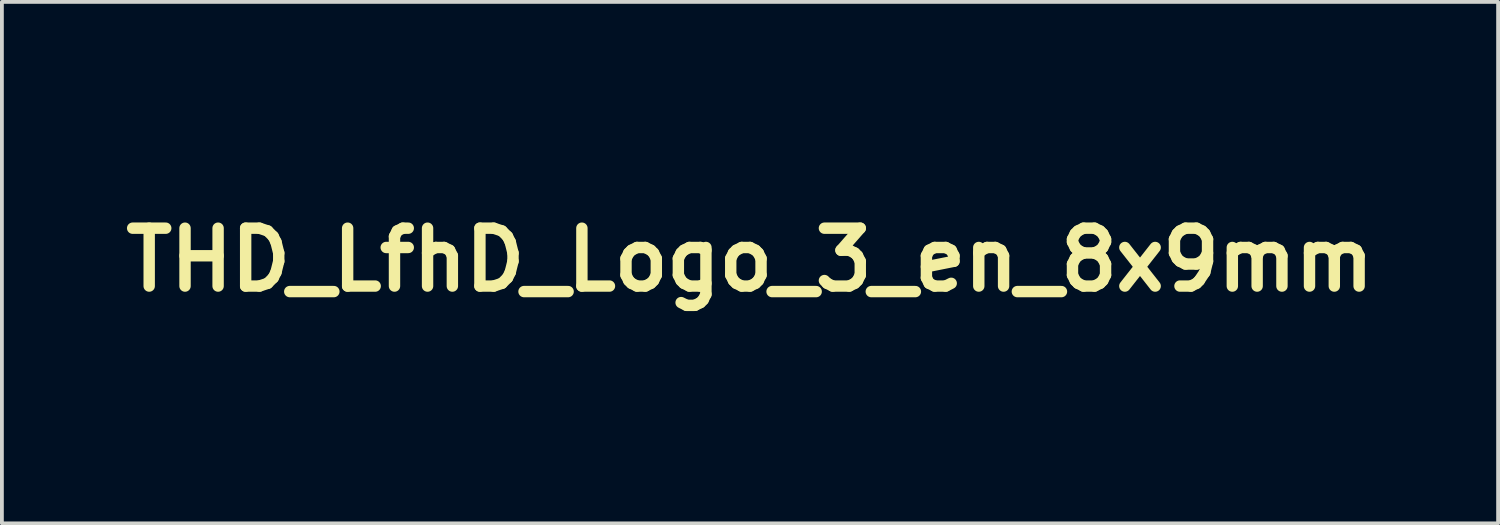
<source format=kicad_pcb>
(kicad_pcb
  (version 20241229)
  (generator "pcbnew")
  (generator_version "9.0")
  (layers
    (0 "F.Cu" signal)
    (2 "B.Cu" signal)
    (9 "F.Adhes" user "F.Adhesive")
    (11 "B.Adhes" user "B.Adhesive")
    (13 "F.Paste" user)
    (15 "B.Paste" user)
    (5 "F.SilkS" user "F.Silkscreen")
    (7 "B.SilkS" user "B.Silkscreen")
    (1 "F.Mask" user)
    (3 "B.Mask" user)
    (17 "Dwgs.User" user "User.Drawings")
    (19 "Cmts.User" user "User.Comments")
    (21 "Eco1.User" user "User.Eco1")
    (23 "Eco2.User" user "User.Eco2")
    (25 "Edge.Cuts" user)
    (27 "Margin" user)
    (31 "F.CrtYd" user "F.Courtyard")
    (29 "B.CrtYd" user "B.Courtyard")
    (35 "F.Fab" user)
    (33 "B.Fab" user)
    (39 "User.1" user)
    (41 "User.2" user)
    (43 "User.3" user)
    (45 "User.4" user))
  (footprint "THD_LfhD_Logo_3_en_8x9mm"
    (layer "F.Cu")
    (at 16.699 3.793)
    (property "Reference" "THD_LfhD_Logo_3_en_8x9mm" (at 0 0 0) (layer "F.SilkS") (effects (font (size 1.524 1.524) (thickness 0.3))))
    (attr through_hole)
    (fp_poly (pts (xy -2.75 -0.478) (xy -2.68 -0.47) (xy -2.68 0.165) (xy -2.819 0.181) (xy -2.819 -0.486) (xy -2.75 -0.478)) (stroke (width 0.01) (type solid)) (fill yes) (layer "F.Mask"))
    (fp_poly (pts (xy 0.171 -0.478) (xy 0.241 -0.47) (xy 0.248 -0.146) (xy 0.256 0.178) (xy 0.102 0.178) (xy 0.102 -0.486) (xy 0.171 -0.478)) (stroke (width 0.01) (type solid)) (fill yes) (layer "F.Mask"))
    (fp_poly (pts (xy -1.741 -0.47) (xy -1.72 -0.449) (xy -1.715 -0.411) (xy -1.711 -0.334) (xy -1.71 -0.229) (xy -1.711 -0.125) (xy -1.714 0.165) (xy -1.854 0.181) (xy -1.854 -0.483) (xy -1.793 -0.483) (xy -1.741 -0.47)) (stroke (width 0.01) (type solid)) (fill yes) (layer "F.Mask"))
    (fp_poly (pts (xy -0.339 -0.481) (xy -0.321 -0.47) (xy -0.311 -0.439) (xy -0.306 -0.381) (xy -0.305 -0.285) (xy -0.305 -0.229) (xy -0.305 0.025) (xy 0.025 0.025) (xy 0.025 0.178) (xy -0.445 0.178) (xy -0.429 -0.483) (xy -0.367 -0.483) (xy -0.339 -0.481)) (stroke (width 0.01) (type solid)) (fill yes) (layer "F.Mask"))
    (fp_poly (pts (xy -1.067 -0.406) (xy -1.071 -0.358) (xy -1.093 -0.336) (xy -1.147 -0.33) (xy -1.168 -0.33) (xy -1.27 -0.33) (xy -1.27 0.178) (xy -1.397 0.178) (xy -1.397 -0.33) (xy -1.499 -0.33) (xy -1.564 -0.333) (xy -1.593 -0.35) (xy -1.6 -0.39) (xy -1.6 -0.406) (xy -1.6 -0.483) (xy -1.067 -0.483) (xy -1.067 -0.406)) (stroke (width 0.01) (type solid)) (fill yes) (layer "F.Mask"))
    (fp_poly (pts (xy 0.94 -1.524) (xy 0.936 -1.475) (xy 0.914 -1.453) (xy 0.86 -1.448) (xy 0.838 -1.448) (xy 0.737 -1.448) (xy 0.737 -0.94) (xy 0.61 -0.94) (xy 0.61 -1.448) (xy 0.508 -1.448) (xy 0.443 -1.451) (xy 0.414 -1.467) (xy 0.407 -1.508) (xy 0.406 -1.524) (xy 0.406 -1.6) (xy 0.94 -1.6) (xy 0.94 -1.524)) (stroke (width 0.01) (type solid)) (fill yes) (layer "F.Mask"))
    (fp_poly (pts (xy 1.321 -3.708) (xy 1.317 -3.66) (xy 1.295 -3.638) (xy 1.241 -3.632) (xy 1.219 -3.632) (xy 1.118 -3.632) (xy 1.118 -3.124) (xy 0.991 -3.124) (xy 0.991 -3.632) (xy 0.889 -3.632) (xy 0.824 -3.635) (xy 0.795 -3.652) (xy 0.788 -3.692) (xy 0.787 -3.708) (xy 0.787 -3.785) (xy 1.321 -3.785) (xy 1.321 -3.708)) (stroke (width 0.01) (type solid)) (fill yes) (layer "F.Mask"))
    (fp_poly (pts (xy -0.66 3.886) (xy -1.088 3.886) (xy -1.23 3.885) (xy -1.355 3.883) (xy -1.452 3.879) (xy -1.515 3.874) (xy -1.532 3.869) (xy -1.536 3.841) (xy -1.539 3.767) (xy -1.542 3.652) (xy -1.544 3.501) (xy -1.546 3.318) (xy -1.548 3.109) (xy -1.549 2.878) (xy -1.549 2.631) (xy -1.549 2.561) (xy -1.549 1.27) (xy -0.66 1.27) (xy -0.66 3.886)) (stroke (width 0.01) (type solid)) (fill yes) (layer "F.Mask"))
    (fp_poly (pts (xy 1.289 0.844) (xy 1.714 0.851) (xy 1.714 3.899) (xy 1.307 3.906) (xy 1.167 3.907) (xy 1.046 3.906) (xy 0.953 3.903) (xy 0.895 3.899) (xy 0.881 3.895) (xy 0.878 3.867) (xy 0.875 3.793) (xy 0.872 3.677) (xy 0.87 3.524) (xy 0.868 3.337) (xy 0.866 3.122) (xy 0.865 2.883) (xy 0.864 2.625) (xy 0.864 2.357) (xy 0.864 0.837) (xy 1.289 0.844)) (stroke (width 0.01) (type solid)) (fill yes) (layer "F.Mask"))
    (fp_poly (pts (xy 0.629 2.381) (xy 0.622 3.924) (xy 0.527 3.932) (xy 0.452 3.929) (xy 0.419 3.907) (xy 0.415 3.873) (xy 0.412 3.796) (xy 0.408 3.682) (xy 0.405 3.538) (xy 0.402 3.371) (xy 0.4 3.189) (xy 0.4 3.188) (xy 0.394 2.502) (xy -0.025 2.499) (xy -0.445 2.496) (xy -0.452 2.378) (xy -0.46 2.261) (xy 0.406 2.261) (xy 0.406 0.838) (xy 0.635 0.838) (xy 0.629 2.381)) (stroke (width 0.01) (type solid)) (fill yes) (layer "F.Mask"))
    (fp_poly (pts (xy 2.057 -0.406) (xy 2.053 -0.358) (xy 2.032 -0.336) (xy 1.978 -0.33) (xy 1.956 -0.33) (xy 1.854 -0.33) (xy 1.854 0.178) (xy 1.702 0.178) (xy 1.702 -0.33) (xy 1.614 -0.33) (xy 1.539 -0.34) (xy 1.506 -0.373) (xy 1.511 -0.432) (xy 1.523 -0.455) (xy 1.546 -0.469) (xy 1.59 -0.478) (xy 1.666 -0.482) (xy 1.782 -0.483) (xy 1.792 -0.483) (xy 2.057 -0.483) (xy 2.057 -0.406)) (stroke (width 0.01) (type solid)) (fill yes) (layer "F.Mask"))
    (fp_poly (pts (xy 3.118 -0.478) (xy 3.158 -0.465) (xy 3.199 -0.431) (xy 3.247 -0.368) (xy 3.302 -0.281) (xy 3.416 -0.093) (xy 3.424 -0.288) (xy 3.431 -0.483) (xy 3.581 -0.483) (xy 3.581 0.181) (xy 3.501 0.173) (xy 3.458 0.164) (xy 3.42 0.14) (xy 3.379 0.092) (xy 3.326 0.011) (xy 3.304 -0.025) (xy 3.188 -0.216) (xy 3.18 -0.019) (xy 3.176 0.08) (xy 3.169 0.138) (xy 3.156 0.167) (xy 3.133 0.177) (xy 3.11 0.178) (xy 3.048 0.178) (xy 3.048 -0.486) (xy 3.118 -0.478)) (stroke (width 0.01) (type solid)) (fill yes) (layer "F.Mask"))
    (fp_poly (pts (xy 2.174 -0.481) (xy 2.191 -0.472) (xy 2.201 -0.446) (xy 2.207 -0.396) (xy 2.209 -0.313) (xy 2.21 -0.189) (xy 2.21 -0.152) (xy 2.21 -0.018) (xy 2.208 0.074) (xy 2.203 0.131) (xy 2.194 0.162) (xy 2.179 0.175) (xy 2.157 0.178) (xy 2.151 0.178) (xy 2.097 0.171) (xy 2.074 0.161) (xy 2.065 0.127) (xy 2.06 0.055) (xy 2.058 -0.043) (xy 2.06 -0.153) (xy 2.066 -0.263) (xy 2.074 -0.349) (xy 2.086 -0.427) (xy 2.102 -0.467) (xy 2.129 -0.481) (xy 2.15 -0.483) (xy 2.174 -0.481)) (stroke (width 0.01) (type solid)) (fill yes) (layer "F.Mask"))
    (fp_poly (pts (xy -1.022 -2.662) (xy -0.953 -2.654) (xy -0.942 -2.007) (xy -1.017 -2.007) (xy -1.062 -2.009) (xy -1.084 -2.027) (xy -1.091 -2.072) (xy -1.092 -2.134) (xy -1.092 -2.261) (xy -1.346 -2.261) (xy -1.346 -2.134) (xy -1.348 -2.058) (xy -1.358 -2.021) (xy -1.385 -2.008) (xy -1.423 -2.007) (xy -1.5 -2.007) (xy -1.486 -2.654) (xy -1.416 -2.662) (xy -1.375 -2.664) (xy -1.354 -2.649) (xy -1.347 -2.606) (xy -1.346 -2.542) (xy -1.346 -2.413) (xy -1.092 -2.413) (xy -1.092 -2.542) (xy -1.091 -2.617) (xy -1.081 -2.654) (xy -1.057 -2.665) (xy -1.022 -2.662)) (stroke (width 0.01) (type solid)) (fill yes) (layer "F.Mask"))
    (fp_poly (pts (xy 1.912 -1.59) (xy 2.017 -1.556) (xy 2.085 -1.493) (xy 2.122 -1.396) (xy 2.134 -1.259) (xy 2.134 -1.252) (xy 2.121 -1.126) (xy 2.079 -1.037) (xy 2.004 -0.978) (xy 1.89 -0.948) (xy 1.772 -0.941) (xy 1.575 -0.94) (xy 1.575 -1.448) (xy 1.727 -1.448) (xy 1.727 -1.092) (xy 1.82 -1.092) (xy 1.896 -1.103) (xy 1.956 -1.131) (xy 1.96 -1.134) (xy 1.996 -1.196) (xy 2.006 -1.279) (xy 1.989 -1.36) (xy 1.965 -1.401) (xy 1.899 -1.438) (xy 1.825 -1.448) (xy 1.727 -1.448) (xy 1.575 -1.448) (xy 1.575 -1.6) (xy 1.766 -1.6) (xy 1.912 -1.59)) (stroke (width 0.01) (type solid)) (fill yes) (layer "F.Mask"))
    (fp_poly (pts (xy -0.864 -1.448) (xy -1.041 -1.448) (xy -1.135 -1.446) (xy -1.188 -1.44) (xy -1.213 -1.426) (xy -1.219 -1.401) (xy -1.219 -1.397) (xy -1.214 -1.37) (xy -1.191 -1.354) (xy -1.139 -1.348) (xy -1.054 -1.346) (xy -0.889 -1.346) (xy -0.889 -1.194) (xy -1.054 -1.194) (xy -1.143 -1.192) (xy -1.193 -1.185) (xy -1.215 -1.169) (xy -1.219 -1.143) (xy -1.215 -1.117) (xy -1.194 -1.102) (xy -1.147 -1.094) (xy -1.063 -1.092) (xy -1.029 -1.092) (xy -0.838 -1.092) (xy -0.838 -0.94) (xy -1.099 -0.94) (xy -1.359 -0.94) (xy -1.354 -1.264) (xy -1.348 -1.587) (xy -0.864 -1.602) (xy -0.864 -1.448)) (stroke (width 0.01) (type solid)) (fill yes) (layer "F.Mask"))
    (fp_poly (pts (xy -0.66 1.092) (xy -2.134 1.092) (xy -2.134 2.489) (xy -2.134 2.803) (xy -2.135 3.07) (xy -2.136 3.292) (xy -2.138 3.474) (xy -2.141 3.618) (xy -2.144 3.727) (xy -2.148 3.805) (xy -2.154 3.856) (xy -2.16 3.882) (xy -2.165 3.888) (xy -2.212 3.891) (xy -2.278 3.897) (xy -2.339 3.899) (xy -2.373 3.892) (xy -2.374 3.892) (xy -2.376 3.864) (xy -2.379 3.791) (xy -2.381 3.676) (xy -2.383 3.524) (xy -2.385 3.34) (xy -2.386 3.129) (xy -2.387 2.894) (xy -2.388 2.642) (xy -2.388 2.485) (xy -2.388 1.092) (xy -3.861 1.092) (xy -3.861 0.838) (xy -0.66 0.838) (xy -0.66 1.092)) (stroke (width 0.01) (type solid)) (fill yes) (layer "F.Mask"))
    (fp_poly (pts (xy -3.283 -0.482) (xy -3.168 -0.478) (xy -3.089 -0.465) (xy -3.033 -0.436) (xy -2.986 -0.386) (xy -2.964 -0.356) (xy -2.934 -0.278) (xy -2.921 -0.174) (xy -2.928 -0.064) (xy -2.952 0.029) (xy -2.963 0.051) (xy -3.012 0.113) (xy -3.079 0.152) (xy -3.174 0.172) (xy -3.303 0.178) (xy -3.48 0.178) (xy -3.48 -0.33) (xy -3.327 -0.33) (xy -3.327 0.025) (xy -3.234 0.025) (xy -3.158 0.014) (xy -3.099 -0.013) (xy -3.094 -0.017) (xy -3.059 -0.078) (xy -3.049 -0.161) (xy -3.065 -0.243) (xy -3.09 -0.284) (xy -3.155 -0.321) (xy -3.23 -0.33) (xy -3.327 -0.33) (xy -3.48 -0.33) (xy -3.48 -0.483) (xy -3.283 -0.482)) (stroke (width 0.01) (type solid)) (fill yes) (layer "F.Mask"))
    (fp_poly (pts (xy -3.226 -2.592) (xy -3.228 -2.55) (xy -3.244 -2.527) (xy -3.286 -2.516) (xy -3.365 -2.51) (xy -3.372 -2.51) (xy -3.459 -2.502) (xy -3.506 -2.487) (xy -3.525 -2.461) (xy -3.526 -2.457) (xy -3.524 -2.432) (xy -3.498 -2.418) (xy -3.437 -2.413) (xy -3.393 -2.413) (xy -3.312 -2.412) (xy -3.27 -2.404) (xy -3.254 -2.382) (xy -3.251 -2.34) (xy -3.251 -2.337) (xy -3.254 -2.293) (xy -3.269 -2.271) (xy -3.31 -2.262) (xy -3.389 -2.261) (xy -3.391 -2.261) (xy -3.531 -2.261) (xy -3.531 -2.134) (xy -3.532 -2.058) (xy -3.543 -2.021) (xy -3.569 -2.008) (xy -3.607 -2.007) (xy -3.683 -2.007) (xy -3.683 -2.667) (xy -3.226 -2.667) (xy -3.226 -2.592)) (stroke (width 0.01) (type solid)) (fill yes) (layer "F.Mask"))
    (fp_poly (pts (xy 0.8 -2.663) (xy 0.887 -2.648) (xy 0.946 -2.617) (xy 0.988 -2.567) (xy 1.003 -2.541) (xy 1.028 -2.459) (xy 1.04 -2.355) (xy 1.037 -2.249) (xy 1.019 -2.165) (xy 1.013 -2.151) (xy 0.967 -2.082) (xy 0.907 -2.038) (xy 0.822 -2.015) (xy 0.699 -2.007) (xy 0.679 -2.007) (xy 0.483 -2.007) (xy 0.483 -2.515) (xy 0.635 -2.515) (xy 0.635 -2.159) (xy 0.748 -2.159) (xy 0.829 -2.165) (xy 0.874 -2.188) (xy 0.888 -2.208) (xy 0.911 -2.289) (xy 0.909 -2.379) (xy 0.883 -2.454) (xy 0.872 -2.468) (xy 0.807 -2.505) (xy 0.733 -2.515) (xy 0.635 -2.515) (xy 0.483 -2.515) (xy 0.483 -2.667) (xy 0.675 -2.667) (xy 0.8 -2.663)) (stroke (width 0.01) (type solid)) (fill yes) (layer "F.Mask"))
    (fp_poly (pts (xy 1.473 -1.45) (xy 1.289 -1.443) (xy 1.189 -1.436) (xy 1.132 -1.425) (xy 1.107 -1.408) (xy 1.105 -1.397) (xy 1.117 -1.375) (xy 1.16 -1.361) (xy 1.241 -1.353) (xy 1.276 -1.351) (xy 1.367 -1.347) (xy 1.418 -1.338) (xy 1.441 -1.322) (xy 1.448 -1.291) (xy 1.448 -1.27) (xy 1.446 -1.231) (xy 1.432 -1.208) (xy 1.396 -1.197) (xy 1.326 -1.191) (xy 1.276 -1.189) (xy 1.181 -1.182) (xy 1.127 -1.17) (xy 1.106 -1.151) (xy 1.105 -1.143) (xy 1.116 -1.122) (xy 1.157 -1.108) (xy 1.235 -1.1) (xy 1.289 -1.097) (xy 1.473 -1.09) (xy 1.473 -0.94) (xy 0.965 -0.94) (xy 0.965 -1.6) (xy 1.473 -1.6) (xy 1.473 -1.45)) (stroke (width 0.01) (type solid)) (fill yes) (layer "F.Mask"))
    (fp_poly (pts (xy -2.565 2.591) (xy -2.565 2.884) (xy -2.566 3.13) (xy -2.567 3.334) (xy -2.568 3.499) (xy -2.57 3.63) (xy -2.572 3.73) (xy -2.576 3.803) (xy -2.581 3.854) (xy -2.587 3.887) (xy -2.594 3.905) (xy -2.603 3.912) (xy -2.61 3.914) (xy -2.681 3.916) (xy -2.782 3.918) (xy -2.902 3.92) (xy -3.03 3.92) (xy -3.156 3.92) (xy -3.268 3.92) (xy -3.354 3.919) (xy -3.405 3.917) (xy -3.412 3.916) (xy -3.421 3.911) (xy -3.429 3.898) (xy -3.436 3.872) (xy -3.441 3.829) (xy -3.445 3.766) (xy -3.449 3.679) (xy -3.451 3.562) (xy -3.453 3.413) (xy -3.454 3.227) (xy -3.454 3) (xy -3.454 2.728) (xy -3.454 2.589) (xy -3.454 1.27) (xy -2.565 1.27) (xy -2.565 2.591)) (stroke (width 0.01) (type solid)) (fill yes) (layer "F.Mask"))
    (fp_poly (pts (xy 3.785 -2.515) (xy 3.607 -2.515) (xy 3.513 -2.513) (xy 3.46 -2.507) (xy 3.435 -2.493) (xy 3.429 -2.468) (xy 3.429 -2.464) (xy 3.434 -2.436) (xy 3.457 -2.421) (xy 3.509 -2.414) (xy 3.594 -2.413) (xy 3.759 -2.413) (xy 3.759 -2.261) (xy 3.594 -2.261) (xy 3.505 -2.259) (xy 3.455 -2.252) (xy 3.433 -2.236) (xy 3.429 -2.21) (xy 3.434 -2.183) (xy 3.456 -2.168) (xy 3.506 -2.161) (xy 3.595 -2.159) (xy 3.604 -2.159) (xy 3.696 -2.158) (xy 3.75 -2.152) (xy 3.777 -2.136) (xy 3.788 -2.108) (xy 3.791 -2.096) (xy 3.795 -2.044) (xy 3.789 -2.02) (xy 3.76 -2.014) (xy 3.691 -2.01) (xy 3.595 -2.007) (xy 3.526 -2.007) (xy 3.277 -2.007) (xy 3.277 -2.667) (xy 3.785 -2.667) (xy 3.785 -2.515)) (stroke (width 0.01) (type solid)) (fill yes) (layer "F.Mask"))
    (fp_poly (pts (xy -0.799 -3.776) (xy -0.704 -3.732) (xy -0.627 -3.655) (xy -0.584 -3.567) (xy -0.564 -3.439) (xy -0.587 -3.322) (xy -0.648 -3.225) (xy -0.74 -3.157) (xy -0.858 -3.125) (xy -0.887 -3.124) (xy -0.976 -3.131) (xy -1.04 -3.157) (xy -1.088 -3.197) (xy -1.155 -3.277) (xy -1.187 -3.371) (xy -1.189 -3.454) (xy -1.067 -3.454) (xy -1.045 -3.369) (xy -0.99 -3.309) (xy -0.912 -3.279) (xy -0.825 -3.287) (xy -0.768 -3.316) (xy -0.724 -3.368) (xy -0.711 -3.447) (xy -0.73 -3.545) (xy -0.783 -3.608) (xy -0.869 -3.632) (xy -0.88 -3.632) (xy -0.972 -3.611) (xy -1.038 -3.553) (xy -1.066 -3.468) (xy -1.067 -3.454) (xy -1.189 -3.454) (xy -1.19 -3.49) (xy -1.187 -3.525) (xy -1.153 -3.636) (xy -1.088 -3.717) (xy -1.001 -3.768) (xy -0.901 -3.788) (xy -0.799 -3.776)) (stroke (width 0.01) (type solid)) (fill yes) (layer "F.Mask"))
    (fp_poly (pts (xy 1.751 -3.763) (xy 1.85 -3.699) (xy 1.916 -3.598) (xy 1.931 -3.554) (xy 1.943 -3.424) (xy 1.911 -3.303) (xy 1.84 -3.202) (xy 1.826 -3.19) (xy 1.725 -3.135) (xy 1.61 -3.121) (xy 1.496 -3.146) (xy 1.425 -3.19) (xy 1.348 -3.285) (xy 1.31 -3.405) (xy 1.312 -3.442) (xy 1.45 -3.442) (xy 1.473 -3.358) (xy 1.487 -3.333) (xy 1.546 -3.289) (xy 1.626 -3.276) (xy 1.706 -3.295) (xy 1.753 -3.327) (xy 1.793 -3.399) (xy 1.801 -3.487) (xy 1.776 -3.566) (xy 1.761 -3.586) (xy 1.7 -3.621) (xy 1.617 -3.631) (xy 1.535 -3.615) (xy 1.494 -3.59) (xy 1.457 -3.526) (xy 1.45 -3.442) (xy 1.312 -3.442) (xy 1.316 -3.534) (xy 1.32 -3.554) (xy 1.374 -3.668) (xy 1.462 -3.745) (xy 1.578 -3.782) (xy 1.626 -3.785) (xy 1.751 -3.763)) (stroke (width 0.01) (type solid)) (fill yes) (layer "F.Mask"))
    (fp_poly (pts (xy 3.18 -3.78) (xy 3.2 -3.769) (xy 3.188 -3.742) (xy 3.154 -3.683) (xy 3.106 -3.602) (xy 3.086 -3.57) (xy 3.027 -3.471) (xy 2.992 -3.396) (xy 2.976 -3.329) (xy 2.972 -3.255) (xy 2.97 -3.178) (xy 2.96 -3.14) (xy 2.936 -3.126) (xy 2.908 -3.124) (xy 2.872 -3.128) (xy 2.853 -3.147) (xy 2.846 -3.194) (xy 2.845 -3.264) (xy 2.841 -3.341) (xy 2.827 -3.406) (xy 2.795 -3.476) (xy 2.739 -3.567) (xy 2.731 -3.581) (xy 2.678 -3.664) (xy 2.638 -3.73) (xy 2.618 -3.768) (xy 2.616 -3.772) (xy 2.638 -3.781) (xy 2.691 -3.785) (xy 2.742 -3.777) (xy 2.783 -3.745) (xy 2.828 -3.679) (xy 2.833 -3.67) (xy 2.874 -3.606) (xy 2.906 -3.564) (xy 2.917 -3.556) (xy 2.937 -3.576) (xy 2.971 -3.629) (xy 2.994 -3.67) (xy 3.037 -3.741) (xy 3.076 -3.775) (xy 3.124 -3.785) (xy 3.128 -3.785) (xy 3.18 -3.78)) (stroke (width 0.01) (type solid)) (fill yes) (layer "F.Mask"))
    (fp_poly (pts (xy -2.734 -2.661) (xy -2.671 -2.636) (xy -2.605 -2.581) (xy -2.555 -2.53) (xy -2.528 -2.485) (xy -2.517 -2.426) (xy -2.515 -2.337) (xy -2.517 -2.247) (xy -2.528 -2.188) (xy -2.555 -2.143) (xy -2.605 -2.092) (xy -2.672 -2.037) (xy -2.735 -2.012) (xy -2.819 -2.007) (xy -2.905 -2.013) (xy -2.967 -2.038) (xy -3.033 -2.092) (xy -3.084 -2.143) (xy -3.111 -2.189) (xy -3.122 -2.247) (xy -3.124 -2.337) (xy -2.997 -2.337) (xy -2.987 -2.257) (xy -2.951 -2.206) (xy -2.941 -2.199) (xy -2.854 -2.164) (xy -2.764 -2.168) (xy -2.692 -2.21) (xy -2.646 -2.286) (xy -2.641 -2.368) (xy -2.673 -2.442) (xy -2.735 -2.495) (xy -2.819 -2.515) (xy -2.913 -2.494) (xy -2.974 -2.436) (xy -2.997 -2.345) (xy -2.997 -2.337) (xy -3.124 -2.337) (xy -3.122 -2.427) (xy -3.111 -2.485) (xy -3.083 -2.531) (xy -3.033 -2.581) (xy -2.967 -2.636) (xy -2.904 -2.661) (xy -2.819 -2.667) (xy -2.734 -2.661)) (stroke (width 0.01) (type solid)) (fill yes) (layer "F.Mask"))
    (fp_poly (pts (xy 2.71 -0.476) (xy 2.774 -0.448) (xy 2.838 -0.396) (xy 2.891 -0.344) (xy 2.919 -0.3) (xy 2.931 -0.242) (xy 2.933 -0.153) (xy 2.933 -0.152) (xy 2.931 -0.063) (xy 2.919 -0.006) (xy 2.891 0.039) (xy 2.839 0.091) (xy 2.838 0.091) (xy 2.77 0.146) (xy 2.706 0.172) (xy 2.623 0.178) (xy 2.522 0.167) (xy 2.447 0.131) (xy 2.434 0.121) (xy 2.357 0.035) (xy 2.319 -0.064) (xy 2.311 -0.152) (xy 2.311 -0.152) (xy 2.438 -0.152) (xy 2.46 -0.067) (xy 2.515 -0.007) (xy 2.593 0.023) (xy 2.68 0.015) (xy 2.738 -0.014) (xy 2.781 -0.066) (xy 2.794 -0.145) (xy 2.776 -0.243) (xy 2.722 -0.306) (xy 2.636 -0.33) (xy 2.625 -0.33) (xy 2.533 -0.309) (xy 2.468 -0.251) (xy 2.439 -0.166) (xy 2.438 -0.152) (xy 2.311 -0.152) (xy 2.331 -0.286) (xy 2.389 -0.388) (xy 2.481 -0.454) (xy 2.605 -0.482) (xy 2.628 -0.483) (xy 2.71 -0.476)) (stroke (width 0.01) (type solid)) (fill yes) (layer "F.Mask"))
    (fp_poly (pts (xy -2.174 -0.478) (xy -2.115 -0.457) (xy -2.061 -0.414) (xy -2.055 -0.408) (xy -2 -0.345) (xy -1.985 -0.302) (xy -2.009 -0.268) (xy -2.034 -0.253) (xy -2.081 -0.239) (xy -2.122 -0.262) (xy -2.137 -0.277) (xy -2.21 -0.321) (xy -2.298 -0.325) (xy -2.382 -0.291) (xy -2.425 -0.233) (xy -2.44 -0.154) (xy -2.428 -0.073) (xy -2.392 -0.017) (xy -2.347 0.006) (xy -2.279 0.02) (xy -2.207 0.026) (xy -2.145 0.022) (xy -2.111 0.007) (xy -2.108 0) (xy -2.13 -0.018) (xy -2.183 -0.025) (xy -2.184 -0.025) (xy -2.238 -0.032) (xy -2.258 -0.061) (xy -2.261 -0.102) (xy -2.261 -0.178) (xy -1.956 -0.178) (xy -1.956 -0.087) (xy -1.963 -0.012) (xy -1.98 0.048) (xy -1.981 0.051) (xy -2.037 0.108) (xy -2.126 0.152) (xy -2.233 0.176) (xy -2.275 0.178) (xy -2.357 0.169) (xy -2.422 0.137) (xy -2.473 0.094) (xy -2.554 -0.013) (xy -2.588 -0.129) (xy -2.574 -0.247) (xy -2.511 -0.361) (xy -2.478 -0.398) (xy -2.418 -0.45) (xy -2.362 -0.475) (xy -2.286 -0.482) (xy -2.261 -0.483) (xy -2.174 -0.478)) (stroke (width 0.01) (type solid)) (fill yes) (layer "F.Mask"))
    (fp_poly (pts (xy -0.818 -0.468) (xy -0.793 -0.456) (xy -0.768 -0.426) (xy -0.74 -0.372) (xy -0.702 -0.285) (xy -0.654 -0.166) (xy -0.609 -0.05) (xy -0.571 0.049) (xy -0.545 0.121) (xy -0.534 0.157) (xy -0.533 0.158) (xy -0.555 0.173) (xy -0.596 0.178) (xy -0.656 0.158) (xy -0.699 0.102) (xy -0.729 0.054) (xy -0.769 0.032) (xy -0.836 0.026) (xy -0.854 0.025) (xy -0.927 0.029) (xy -0.967 0.045) (xy -0.991 0.084) (xy -0.998 0.102) (xy -1.031 0.158) (xy -1.081 0.177) (xy -1.098 0.178) (xy -1.149 0.176) (xy -1.168 0.171) (xy -1.16 0.146) (xy -1.136 0.083) (xy -1.101 -0.01) (xy -1.058 -0.123) (xy -1.046 -0.153) (xy -1.044 -0.159) (xy -0.909 -0.159) (xy -0.906 -0.133) (xy -0.874 -0.127) (xy -0.849 -0.127) (xy -0.803 -0.134) (xy -0.796 -0.162) (xy -0.801 -0.184) (xy -0.829 -0.25) (xy -0.856 -0.265) (xy -0.883 -0.23) (xy -0.888 -0.218) (xy -0.909 -0.159) (xy -1.044 -0.159) (xy -0.996 -0.281) (xy -0.96 -0.369) (xy -0.932 -0.424) (xy -0.908 -0.454) (xy -0.883 -0.467) (xy -0.853 -0.47) (xy -0.85 -0.47) (xy -0.818 -0.468)) (stroke (width 0.01) (type solid)) (fill yes) (layer "F.Mask"))
    (fp_poly (pts (xy 2.255 -2.652) (xy 2.28 -2.64) (xy 2.305 -2.612) (xy 2.333 -2.558) (xy 2.37 -2.472) (xy 2.419 -2.35) (xy 2.464 -2.234) (xy 2.502 -2.136) (xy 2.528 -2.064) (xy 2.54 -2.028) (xy 2.54 -2.026) (xy 2.518 -2.012) (xy 2.466 -2.007) (xy 2.41 -2.016) (xy 2.383 -2.053) (xy 2.375 -2.083) (xy 2.361 -2.128) (xy 2.337 -2.151) (xy 2.286 -2.158) (xy 2.231 -2.159) (xy 2.154 -2.156) (xy 2.111 -2.143) (xy 2.087 -2.111) (xy 2.075 -2.083) (xy 2.042 -2.027) (xy 1.993 -2.007) (xy 1.976 -2.007) (xy 1.925 -2.009) (xy 1.905 -2.013) (xy 1.914 -2.038) (xy 1.937 -2.101) (xy 1.972 -2.194) (xy 2.015 -2.307) (xy 2.027 -2.337) (xy 2.03 -2.345) (xy 2.165 -2.345) (xy 2.166 -2.318) (xy 2.196 -2.312) (xy 2.223 -2.311) (xy 2.27 -2.318) (xy 2.285 -2.33) (xy 2.273 -2.365) (xy 2.249 -2.413) (xy 2.214 -2.477) (xy 2.186 -2.405) (xy 2.165 -2.345) (xy 2.03 -2.345) (xy 2.076 -2.465) (xy 2.112 -2.553) (xy 2.14 -2.608) (xy 2.163 -2.639) (xy 2.188 -2.652) (xy 2.218 -2.654) (xy 2.223 -2.654) (xy 2.255 -2.652)) (stroke (width 0.01) (type solid)) (fill yes) (layer "F.Mask"))
    (fp_poly (pts (xy -2.921 -3.277) (xy -2.755 -3.277) (xy -2.664 -3.275) (xy -2.611 -3.267) (xy -2.582 -3.248) (xy -2.567 -3.219) (xy -2.548 -3.183) (xy -2.533 -3.193) (xy -2.53 -3.2) (xy -2.516 -3.239) (xy -2.488 -3.313) (xy -2.451 -3.413) (xy -2.426 -3.478) (xy -2.284 -3.478) (xy -2.275 -3.44) (xy -2.24 -3.429) (xy -2.235 -3.429) (xy -2.194 -3.442) (xy -2.185 -3.461) (xy -2.198 -3.506) (xy -2.22 -3.553) (xy -2.253 -3.613) (xy -2.269 -3.553) (xy -2.284 -3.478) (xy -2.426 -3.478) (xy -2.416 -3.505) (xy -2.372 -3.622) (xy -2.339 -3.699) (xy -2.313 -3.745) (xy -2.287 -3.768) (xy -2.257 -3.778) (xy -2.243 -3.779) (xy -2.213 -3.781) (xy -2.189 -3.773) (xy -2.166 -3.749) (xy -2.14 -3.702) (xy -2.107 -3.625) (xy -2.061 -3.509) (xy -2.04 -3.456) (xy -1.911 -3.124) (xy -1.986 -3.124) (xy -2.044 -3.135) (xy -2.077 -3.177) (xy -2.087 -3.2) (xy -2.107 -3.246) (xy -2.137 -3.269) (xy -2.192 -3.276) (xy -2.239 -3.277) (xy -2.315 -3.274) (xy -2.357 -3.261) (xy -2.381 -3.229) (xy -2.391 -3.2) (xy -2.418 -3.124) (xy -3.048 -3.124) (xy -3.048 -3.785) (xy -2.921 -3.785) (xy -2.921 -3.277)) (stroke (width 0.01) (type solid)) (fill yes) (layer "F.Mask"))
    (fp_poly (pts (xy -2.088 -2.666) (xy -2.017 -2.66) (xy -1.97 -2.646) (xy -1.934 -2.621) (xy -1.917 -2.605) (xy -1.873 -2.545) (xy -1.854 -2.486) (xy -1.854 -2.483) (xy -1.871 -2.41) (xy -1.913 -2.347) (xy -1.967 -2.313) (xy -1.983 -2.311) (xy -2.006 -2.306) (xy -2.005 -2.285) (xy -1.976 -2.241) (xy -1.931 -2.182) (xy -1.878 -2.112) (xy -1.841 -2.057) (xy -1.829 -2.03) (xy -1.851 -2.013) (xy -1.899 -2.007) (xy -1.95 -2.018) (xy -2 -2.057) (xy -2.058 -2.127) (xy -2.119 -2.198) (xy -2.176 -2.245) (xy -2.204 -2.256) (xy -2.237 -2.256) (xy -2.254 -2.237) (xy -2.26 -2.186) (xy -2.261 -2.135) (xy -2.262 -2.06) (xy -2.272 -2.021) (xy -2.298 -2.008) (xy -2.337 -2.007) (xy -2.413 -2.007) (xy -2.413 -2.462) (xy -2.261 -2.462) (xy -2.255 -2.431) (xy -2.229 -2.417) (xy -2.17 -2.416) (xy -2.14 -2.418) (xy -2.061 -2.428) (xy -2.021 -2.449) (xy -2.011 -2.47) (xy -2.014 -2.497) (xy -2.042 -2.51) (xy -2.106 -2.514) (xy -2.132 -2.515) (xy -2.208 -2.512) (xy -2.247 -2.501) (xy -2.26 -2.477) (xy -2.261 -2.462) (xy -2.413 -2.462) (xy -2.413 -2.667) (xy -2.196 -2.667) (xy -2.088 -2.666)) (stroke (width 0.01) (type solid)) (fill yes) (layer "F.Mask"))
    (fp_poly (pts (xy -0.579 -2.662) (xy -0.572 -2.662) (xy -0.539 -2.656) (xy -0.513 -2.641) (xy -0.487 -2.608) (xy -0.458 -2.551) (xy -0.419 -2.46) (xy -0.375 -2.35) (xy -0.329 -2.234) (xy -0.292 -2.136) (xy -0.266 -2.064) (xy -0.254 -2.028) (xy -0.254 -2.026) (xy -0.276 -2.012) (xy -0.328 -2.007) (xy -0.384 -2.016) (xy -0.411 -2.053) (xy -0.419 -2.083) (xy -0.433 -2.128) (xy -0.458 -2.151) (xy -0.509 -2.158) (xy -0.562 -2.159) (xy -0.639 -2.156) (xy -0.681 -2.143) (xy -0.704 -2.111) (xy -0.715 -2.083) (xy -0.745 -2.027) (xy -0.792 -2.008) (xy -0.817 -2.007) (xy -0.868 -2.012) (xy -0.885 -2.026) (xy -0.885 -2.026) (xy -0.873 -2.056) (xy -0.848 -2.124) (xy -0.812 -2.221) (xy -0.77 -2.336) (xy -0.767 -2.343) (xy -0.63 -2.343) (xy -0.627 -2.318) (xy -0.595 -2.312) (xy -0.57 -2.311) (xy -0.524 -2.318) (xy -0.516 -2.347) (xy -0.522 -2.369) (xy -0.549 -2.434) (xy -0.577 -2.449) (xy -0.604 -2.414) (xy -0.609 -2.403) (xy -0.63 -2.343) (xy -0.767 -2.343) (xy -0.762 -2.357) (xy -0.715 -2.484) (xy -0.681 -2.57) (xy -0.655 -2.624) (xy -0.632 -2.652) (xy -0.609 -2.663) (xy -0.579 -2.662)) (stroke (width 0.01) (type solid)) (fill yes) (layer "F.Mask"))
    (fp_poly (pts (xy 0.148 -2.666) (xy 0.218 -2.66) (xy 0.265 -2.646) (xy 0.301 -2.621) (xy 0.319 -2.605) (xy 0.362 -2.545) (xy 0.381 -2.486) (xy 0.381 -2.483) (xy 0.364 -2.41) (xy 0.322 -2.347) (xy 0.268 -2.313) (xy 0.252 -2.311) (xy 0.229 -2.306) (xy 0.23 -2.285) (xy 0.259 -2.241) (xy 0.304 -2.182) (xy 0.357 -2.112) (xy 0.394 -2.057) (xy 0.406 -2.03) (xy 0.384 -2.013) (xy 0.337 -2.007) (xy 0.286 -2.018) (xy 0.235 -2.057) (xy 0.177 -2.127) (xy 0.116 -2.198) (xy 0.059 -2.245) (xy 0.031 -2.256) (xy -0.002 -2.256) (xy -0.019 -2.237) (xy -0.025 -2.186) (xy -0.025 -2.135) (xy -0.027 -2.06) (xy -0.037 -2.021) (xy -0.063 -2.008) (xy -0.102 -2.007) (xy -0.178 -2.007) (xy -0.178 -2.462) (xy -0.025 -2.462) (xy -0.02 -2.431) (xy 0.006 -2.417) (xy 0.065 -2.416) (xy 0.095 -2.418) (xy 0.174 -2.428) (xy 0.214 -2.449) (xy 0.224 -2.47) (xy 0.221 -2.497) (xy 0.193 -2.51) (xy 0.129 -2.514) (xy 0.103 -2.515) (xy 0.027 -2.512) (xy -0.012 -2.501) (xy -0.025 -2.477) (xy -0.025 -2.462) (xy -0.178 -2.462) (xy -0.178 -2.667) (xy 0.039 -2.667) (xy 0.148 -2.666)) (stroke (width 0.01) (type solid)) (fill yes) (layer "F.Mask"))
    (fp_poly (pts (xy 2.952 -2.666) (xy 3.023 -2.661) (xy 3.067 -2.65) (xy 3.098 -2.628) (xy 3.122 -2.6) (xy 3.159 -2.537) (xy 3.175 -2.479) (xy 3.175 -2.479) (xy 3.16 -2.414) (xy 3.123 -2.354) (xy 3.078 -2.316) (xy 3.059 -2.311) (xy 3.032 -2.308) (xy 3.028 -2.29) (xy 3.049 -2.252) (xy 3.098 -2.184) (xy 3.111 -2.167) (xy 3.169 -2.088) (xy 3.194 -2.04) (xy 3.188 -2.015) (xy 3.15 -2.007) (xy 3.131 -2.007) (xy 3.08 -2.018) (xy 3.029 -2.057) (xy 2.971 -2.127) (xy 2.91 -2.198) (xy 2.853 -2.245) (xy 2.825 -2.256) (xy 2.792 -2.256) (xy 2.775 -2.237) (xy 2.769 -2.186) (xy 2.769 -2.135) (xy 2.767 -2.06) (xy 2.757 -2.021) (xy 2.731 -2.008) (xy 2.692 -2.007) (xy 2.616 -2.007) (xy 2.616 -2.456) (xy 2.773 -2.456) (xy 2.774 -2.429) (xy 2.799 -2.417) (xy 2.859 -2.416) (xy 2.887 -2.418) (xy 2.966 -2.428) (xy 3.006 -2.447) (xy 3.018 -2.472) (xy 3.017 -2.499) (xy 2.992 -2.511) (xy 2.932 -2.511) (xy 2.904 -2.51) (xy 2.825 -2.5) (xy 2.785 -2.48) (xy 2.773 -2.456) (xy 2.616 -2.456) (xy 2.616 -2.667) (xy 2.843 -2.667) (xy 2.952 -2.666)) (stroke (width 0.01) (type solid)) (fill yes) (layer "F.Mask"))
    (fp_poly (pts (xy -1.622 -1.595) (xy -1.58 -1.584) (xy -1.55 -1.562) (xy -1.527 -1.534) (xy -1.487 -1.458) (xy -1.476 -1.378) (xy -1.491 -1.307) (xy -1.53 -1.258) (xy -1.576 -1.245) (xy -1.617 -1.239) (xy -1.626 -1.232) (xy -1.611 -1.208) (xy -1.574 -1.154) (xy -1.524 -1.086) (xy -1.422 -0.953) (xy -1.505 -0.944) (xy -1.577 -0.949) (xy -1.613 -0.98) (xy -1.666 -1.057) (xy -1.728 -1.126) (xy -1.788 -1.176) (xy -1.831 -1.194) (xy -1.86 -1.186) (xy -1.875 -1.155) (xy -1.879 -1.089) (xy -1.88 -1.067) (xy -1.882 -0.991) (xy -1.892 -0.954) (xy -1.918 -0.941) (xy -1.943 -0.94) (xy -1.991 -0.946) (xy -2.008 -0.959) (xy -2.009 -0.99) (xy -2.009 -1.062) (xy -2.009 -1.163) (xy -2.009 -1.283) (xy -2.009 -1.397) (xy -1.88 -1.397) (xy -1.873 -1.366) (xy -1.844 -1.351) (xy -1.78 -1.346) (xy -1.755 -1.346) (xy -1.664 -1.354) (xy -1.62 -1.377) (xy -1.617 -1.382) (xy -1.612 -1.418) (xy -1.637 -1.438) (xy -1.699 -1.447) (xy -1.757 -1.448) (xy -1.831 -1.445) (xy -1.868 -1.433) (xy -1.879 -1.406) (xy -1.88 -1.397) (xy -2.009 -1.397) (xy -2.009 -1.587) (xy -1.795 -1.595) (xy -1.689 -1.597) (xy -1.622 -1.595)) (stroke (width 0.01) (type solid)) (fill yes) (layer "F.Mask"))
    (fp_poly (pts (xy -1.451 -3.778) (xy -1.405 -3.766) (xy -1.369 -3.743) (xy -1.355 -3.73) (xy -1.304 -3.655) (xy -1.303 -3.574) (xy -1.331 -3.517) (xy -1.352 -3.477) (xy -1.341 -3.439) (xy -1.317 -3.405) (xy -1.282 -3.325) (xy -1.295 -3.237) (xy -1.339 -3.169) (xy -1.369 -3.147) (xy -1.415 -3.133) (xy -1.49 -3.126) (xy -1.604 -3.124) (xy -1.613 -3.124) (xy -1.846 -3.124) (xy -1.845 -3.321) (xy -1.697 -3.321) (xy -1.695 -3.295) (xy -1.669 -3.282) (xy -1.608 -3.277) (xy -1.564 -3.277) (xy -1.483 -3.279) (xy -1.44 -3.288) (xy -1.424 -3.309) (xy -1.422 -3.329) (xy -1.428 -3.359) (xy -1.452 -3.373) (xy -1.507 -3.375) (xy -1.556 -3.373) (xy -1.639 -3.364) (xy -1.682 -3.347) (xy -1.697 -3.321) (xy -1.845 -3.321) (xy -1.843 -3.566) (xy -1.694 -3.566) (xy -1.653 -3.54) (xy -1.567 -3.531) (xy -1.561 -3.531) (xy -1.49 -3.534) (xy -1.456 -3.548) (xy -1.448 -3.579) (xy -1.448 -3.581) (xy -1.455 -3.613) (xy -1.487 -3.628) (xy -1.555 -3.632) (xy -1.561 -3.632) (xy -1.632 -3.627) (xy -1.681 -3.614) (xy -1.689 -3.607) (xy -1.694 -3.566) (xy -1.843 -3.566) (xy -1.841 -3.772) (xy -1.628 -3.779) (xy -1.521 -3.782) (xy -1.451 -3.778)) (stroke (width 0.01) (type solid)) (fill yes) (layer "F.Mask"))
    (fp_poly (pts (xy 2.026 0.846) (xy 2.215 0.88) (xy 2.38 0.929) (xy 2.549 1.001) (xy 2.585 1.019) (xy 2.783 1.141) (xy 2.968 1.297) (xy 3.132 1.477) (xy 3.267 1.673) (xy 3.365 1.875) (xy 3.412 2.031) (xy 3.426 2.132) (xy 3.434 2.263) (xy 3.436 2.408) (xy 3.432 2.549) (xy 3.423 2.669) (xy 3.411 2.738) (xy 3.334 2.957) (xy 3.214 3.171) (xy 3.058 3.371) (xy 2.875 3.547) (xy 2.672 3.692) (xy 2.489 3.784) (xy 2.404 3.818) (xy 2.332 3.848) (xy 2.299 3.861) (xy 2.247 3.875) (xy 2.164 3.888) (xy 2.089 3.897) (xy 1.93 3.911) (xy 1.93 3.691) (xy 2.076 3.658) (xy 2.279 3.606) (xy 2.445 3.546) (xy 2.586 3.473) (xy 2.717 3.379) (xy 2.812 3.294) (xy 2.972 3.11) (xy 3.091 2.901) (xy 3.168 2.677) (xy 3.202 2.442) (xy 3.192 2.205) (xy 3.138 1.973) (xy 3.039 1.751) (xy 2.986 1.667) (xy 2.893 1.551) (xy 2.777 1.437) (xy 2.649 1.332) (xy 2.518 1.244) (xy 2.395 1.18) (xy 2.288 1.146) (xy 2.251 1.143) (xy 2.197 1.134) (xy 2.172 1.118) (xy 2.139 1.102) (xy 2.074 1.093) (xy 2.043 1.092) (xy 1.93 1.092) (xy 1.93 0.833) (xy 2.026 0.846)) (stroke (width 0.01) (type solid)) (fill yes) (layer "F.Mask"))
    (fp_poly (pts (xy -0.61 -1.092) (xy -0.445 -1.092) (xy -0.355 -1.091) (xy -0.305 -1.084) (xy -0.284 -1.068) (xy -0.279 -1.041) (xy -0.272 -0.996) (xy -0.253 -0.997) (xy -0.221 -1.043) (xy -0.18 -1.132) (xy -0.153 -1.2) (xy -0.112 -1.307) (xy 0.026 -1.307) (xy 0.037 -1.261) (xy 0.076 -1.245) (xy 0.117 -1.256) (xy 0.127 -1.272) (xy 0.116 -1.314) (xy 0.099 -1.351) (xy 0.074 -1.385) (xy 0.053 -1.375) (xy 0.048 -1.369) (xy 0.026 -1.307) (xy -0.112 -1.307) (xy -0.112 -1.308) (xy -0.074 -1.408) (xy -0.045 -1.484) (xy -0.04 -1.499) (xy -0.006 -1.563) (xy 0.041 -1.591) (xy 0.067 -1.595) (xy 0.098 -1.596) (xy 0.122 -1.588) (xy 0.145 -1.562) (xy 0.172 -1.512) (xy 0.207 -1.429) (xy 0.256 -1.308) (xy 0.261 -1.295) (xy 0.306 -1.178) (xy 0.343 -1.078) (xy 0.369 -1.004) (xy 0.381 -0.966) (xy 0.381 -0.964) (xy 0.359 -0.946) (xy 0.316 -0.94) (xy 0.263 -0.954) (xy 0.229 -1.004) (xy 0.225 -1.016) (xy 0.205 -1.062) (xy 0.175 -1.084) (xy 0.119 -1.092) (xy 0.072 -1.092) (xy -0.004 -1.09) (xy -0.046 -1.076) (xy -0.069 -1.044) (xy -0.08 -1.016) (xy -0.107 -0.94) (xy -0.737 -0.94) (xy -0.737 -1.6) (xy -0.61 -1.6) (xy -0.61 -1.092)) (stroke (width 0.01) (type solid)) (fill yes) (layer "F.Mask"))
    (fp_poly (pts (xy 2.383 -3.781) (xy 2.469 -3.768) (xy 2.524 -3.739) (xy 2.558 -3.691) (xy 2.579 -3.626) (xy 2.579 -3.556) (xy 2.553 -3.489) (xy 2.511 -3.441) (xy 2.476 -3.429) (xy 2.448 -3.425) (xy 2.443 -3.408) (xy 2.464 -3.37) (xy 2.513 -3.303) (xy 2.527 -3.284) (xy 2.585 -3.205) (xy 2.61 -3.157) (xy 2.603 -3.133) (xy 2.566 -3.125) (xy 2.546 -3.124) (xy 2.495 -3.135) (xy 2.445 -3.174) (xy 2.387 -3.245) (xy 2.326 -3.316) (xy 2.269 -3.362) (xy 2.241 -3.374) (xy 2.208 -3.374) (xy 2.191 -3.355) (xy 2.185 -3.304) (xy 2.184 -3.253) (xy 2.182 -3.177) (xy 2.172 -3.139) (xy 2.147 -3.125) (xy 2.125 -3.124) (xy 2.072 -3.131) (xy 2.049 -3.141) (xy 2.042 -3.172) (xy 2.037 -3.243) (xy 2.033 -3.344) (xy 2.032 -3.464) (xy 2.032 -3.471) (xy 2.032 -3.581) (xy 2.184 -3.581) (xy 2.191 -3.551) (xy 2.219 -3.536) (xy 2.282 -3.531) (xy 2.311 -3.531) (xy 2.388 -3.533) (xy 2.426 -3.545) (xy 2.438 -3.57) (xy 2.438 -3.581) (xy 2.432 -3.612) (xy 2.403 -3.627) (xy 2.341 -3.632) (xy 2.311 -3.632) (xy 2.235 -3.63) (xy 2.197 -3.618) (xy 2.185 -3.593) (xy 2.184 -3.581) (xy 2.032 -3.581) (xy 2.032 -3.785) (xy 2.257 -3.785) (xy 2.383 -3.781)) (stroke (width 0.01) (type solid)) (fill yes) (layer "F.Mask"))
    (fp_poly (pts (xy 1.663 -2.465) (xy 1.687 -2.371) (xy 1.707 -2.3) (xy 1.722 -2.263) (xy 1.725 -2.261) (xy 1.737 -2.284) (xy 1.754 -2.345) (xy 1.773 -2.432) (xy 1.778 -2.457) (xy 1.799 -2.556) (xy 1.816 -2.616) (xy 1.836 -2.646) (xy 1.865 -2.659) (xy 1.886 -2.662) (xy 1.923 -2.665) (xy 1.944 -2.657) (xy 1.951 -2.63) (xy 1.944 -2.575) (xy 1.924 -2.485) (xy 1.904 -2.405) (xy 1.866 -2.256) (xy 1.839 -2.15) (xy 1.818 -2.079) (xy 1.801 -2.036) (xy 1.785 -2.015) (xy 1.766 -2.007) (xy 1.741 -2.006) (xy 1.727 -2.007) (xy 1.696 -2.007) (xy 1.673 -2.013) (xy 1.655 -2.032) (xy 1.637 -2.073) (xy 1.617 -2.142) (xy 1.589 -2.248) (xy 1.567 -2.335) (xy 1.544 -2.414) (xy 1.526 -2.444) (xy 1.509 -2.425) (xy 1.49 -2.358) (xy 1.488 -2.349) (xy 1.47 -2.28) (xy 1.445 -2.189) (xy 1.432 -2.14) (xy 1.407 -2.063) (xy 1.383 -2.023) (xy 1.35 -2.008) (xy 1.32 -2.007) (xy 1.264 -2.013) (xy 1.236 -2.026) (xy 1.224 -2.061) (xy 1.21 -2.126) (xy 1.206 -2.146) (xy 1.19 -2.223) (xy 1.167 -2.326) (xy 1.141 -2.435) (xy 1.14 -2.438) (xy 1.114 -2.546) (xy 1.1 -2.613) (xy 1.099 -2.649) (xy 1.113 -2.664) (xy 1.143 -2.667) (xy 1.165 -2.667) (xy 1.212 -2.662) (xy 1.237 -2.637) (xy 1.252 -2.579) (xy 1.255 -2.559) (xy 1.274 -2.46) (xy 1.297 -2.361) (xy 1.3 -2.349) (xy 1.328 -2.248) (xy 1.384 -2.451) (xy 1.412 -2.551) (xy 1.434 -2.611) (xy 1.456 -2.643) (xy 1.486 -2.657) (xy 1.528 -2.662) (xy 1.617 -2.67) (xy 1.663 -2.465)) (stroke (width 0.01) (type solid)) (fill yes) (layer "F.Mask"))
    (fp_poly (pts (xy 0.709 -0.482) (xy 0.78 -0.478) (xy 0.819 -0.469) (xy 0.835 -0.454) (xy 0.838 -0.433) (xy 0.824 -0.392) (xy 0.784 -0.323) (xy 0.728 -0.239) (xy 0.699 -0.199) (xy 0.637 -0.115) (xy 0.589 -0.046) (xy 0.562 -0.003) (xy 0.559 0.006) (xy 0.582 0.016) (xy 0.642 0.023) (xy 0.709 0.025) (xy 0.794 0.027) (xy 0.841 0.036) (xy 0.861 0.056) (xy 0.868 0.083) (xy 0.88 0.086) (xy 0.905 0.044) (xy 0.944 -0.043) (xy 0.982 -0.142) (xy 1.126 -0.142) (xy 1.154 -0.128) (xy 1.179 -0.127) (xy 1.228 -0.13) (xy 1.245 -0.136) (xy 1.237 -0.163) (xy 1.219 -0.219) (xy 1.216 -0.228) (xy 1.193 -0.277) (xy 1.173 -0.281) (xy 1.15 -0.239) (xy 1.132 -0.184) (xy 1.126 -0.142) (xy 0.982 -0.142) (xy 0.991 -0.165) (xy 1.039 -0.29) (xy 1.074 -0.375) (xy 1.101 -0.428) (xy 1.125 -0.457) (xy 1.15 -0.468) (xy 1.182 -0.47) (xy 1.213 -0.468) (xy 1.239 -0.456) (xy 1.263 -0.427) (xy 1.292 -0.373) (xy 1.329 -0.287) (xy 1.378 -0.166) (xy 1.423 -0.05) (xy 1.461 0.049) (xy 1.487 0.121) (xy 1.498 0.157) (xy 1.499 0.158) (xy 1.477 0.173) (xy 1.436 0.178) (xy 1.376 0.158) (xy 1.333 0.102) (xy 1.303 0.054) (xy 1.263 0.032) (xy 1.196 0.026) (xy 1.178 0.025) (xy 1.105 0.029) (xy 1.065 0.045) (xy 1.041 0.084) (xy 1.034 0.102) (xy 1.005 0.178) (xy 0.655 0.178) (xy 0.515 0.177) (xy 0.418 0.175) (xy 0.357 0.17) (xy 0.323 0.162) (xy 0.308 0.149) (xy 0.305 0.13) (xy 0.32 0.09) (xy 0.36 0.022) (xy 0.418 -0.063) (xy 0.458 -0.118) (xy 0.612 -0.318) (xy 0.484 -0.325) (xy 0.408 -0.332) (xy 0.37 -0.345) (xy 0.357 -0.373) (xy 0.356 -0.408) (xy 0.356 -0.483) (xy 0.597 -0.483) (xy 0.709 -0.482)) (stroke (width 0.01) (type solid)) (fill yes) (layer "F.Mask"))
    (fp_poly (pts (xy -0.079 -3.778) (xy -0.033 -3.766) (xy 0.003 -3.743) (xy 0.016 -3.73) (xy 0.059 -3.666) (xy 0.075 -3.59) (xy 0.066 -3.515) (xy 0.035 -3.457) (xy -0.017 -3.43) (xy -0.026 -3.429) (xy -0.069 -3.418) (xy -0.067 -3.386) (xy -0.023 -3.338) (xy 0.029 -3.278) (xy 0.068 -3.217) (xy 0.091 -3.179) (xy 0.113 -3.166) (xy 0.137 -3.182) (xy 0.166 -3.231) (xy 0.203 -3.318) (xy 0.253 -3.448) (xy 0.257 -3.46) (xy 0.398 -3.46) (xy 0.404 -3.435) (xy 0.437 -3.429) (xy 0.447 -3.429) (xy 0.493 -3.44) (xy 0.507 -3.461) (xy 0.495 -3.506) (xy 0.474 -3.551) (xy 0.452 -3.587) (xy 0.437 -3.586) (xy 0.421 -3.543) (xy 0.413 -3.519) (xy 0.398 -3.46) (xy 0.257 -3.46) (xy 0.266 -3.485) (xy 0.312 -3.607) (xy 0.345 -3.688) (xy 0.372 -3.738) (xy 0.397 -3.765) (xy 0.425 -3.776) (xy 0.447 -3.779) (xy 0.478 -3.781) (xy 0.502 -3.773) (xy 0.526 -3.748) (xy 0.552 -3.698) (xy 0.587 -3.618) (xy 0.634 -3.498) (xy 0.642 -3.48) (xy 0.687 -3.363) (xy 0.724 -3.262) (xy 0.75 -3.188) (xy 0.762 -3.15) (xy 0.762 -3.148) (xy 0.74 -3.13) (xy 0.697 -3.124) (xy 0.644 -3.138) (xy 0.611 -3.187) (xy 0.605 -3.202) (xy 0.586 -3.247) (xy 0.559 -3.269) (xy 0.51 -3.274) (xy 0.449 -3.271) (xy 0.371 -3.264) (xy 0.329 -3.249) (xy 0.31 -3.218) (xy 0.305 -3.2) (xy 0.293 -3.166) (xy 0.269 -3.146) (xy 0.22 -3.136) (xy 0.135 -3.13) (xy 0.12 -3.129) (xy 0.034 -3.129) (xy -0.027 -3.134) (xy -0.051 -3.144) (xy -0.051 -3.144) (xy -0.069 -3.184) (xy -0.113 -3.241) (xy -0.171 -3.301) (xy -0.229 -3.351) (xy -0.274 -3.377) (xy -0.281 -3.378) (xy -0.311 -3.371) (xy -0.325 -3.341) (xy -0.33 -3.275) (xy -0.33 -3.251) (xy -0.332 -3.176) (xy -0.343 -3.138) (xy -0.368 -3.125) (xy -0.392 -3.124) (xy -0.444 -3.131) (xy -0.464 -3.143) (xy -0.468 -3.175) (xy -0.471 -3.246) (xy -0.472 -3.347) (xy -0.472 -3.467) (xy -0.471 -3.575) (xy -0.325 -3.575) (xy -0.323 -3.549) (xy -0.295 -3.535) (xy -0.231 -3.531) (xy -0.205 -3.531) (xy -0.128 -3.533) (xy -0.09 -3.544) (xy -0.077 -3.568) (xy -0.076 -3.583) (xy -0.082 -3.614) (xy -0.108 -3.628) (xy -0.167 -3.629) (xy -0.197 -3.627) (xy -0.276 -3.617) (xy -0.316 -3.596) (xy -0.325 -3.575) (xy -0.471 -3.575) (xy -0.47 -3.772) (xy -0.257 -3.779) (xy -0.149 -3.782) (xy -0.079 -3.778)) (stroke (width 0.01) (type solid)) (fill yes) (layer "F.Mask")))
  (gr_rect
    (start -3 -3)
    (end 36.397 10.73)
    (stroke (width 0.1) (type default))
    (fill no)
    (layer "Edge.Cuts")))
</source>
